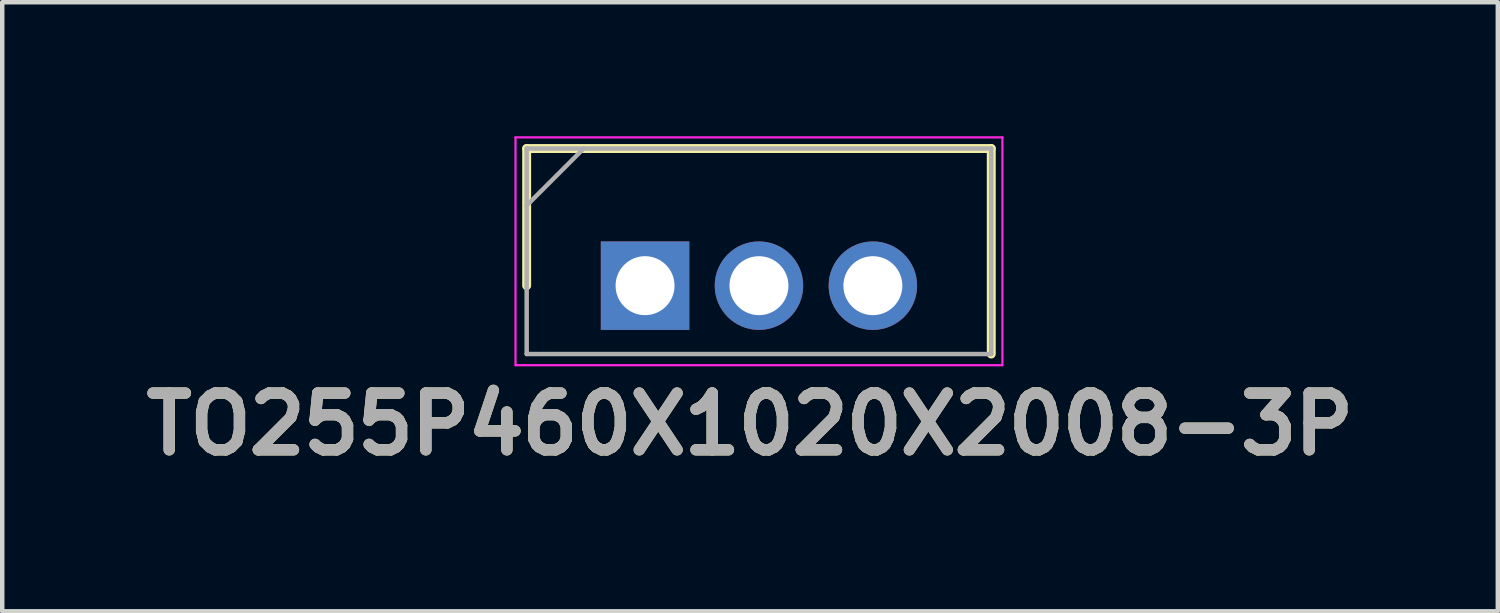
<source format=kicad_pcb>
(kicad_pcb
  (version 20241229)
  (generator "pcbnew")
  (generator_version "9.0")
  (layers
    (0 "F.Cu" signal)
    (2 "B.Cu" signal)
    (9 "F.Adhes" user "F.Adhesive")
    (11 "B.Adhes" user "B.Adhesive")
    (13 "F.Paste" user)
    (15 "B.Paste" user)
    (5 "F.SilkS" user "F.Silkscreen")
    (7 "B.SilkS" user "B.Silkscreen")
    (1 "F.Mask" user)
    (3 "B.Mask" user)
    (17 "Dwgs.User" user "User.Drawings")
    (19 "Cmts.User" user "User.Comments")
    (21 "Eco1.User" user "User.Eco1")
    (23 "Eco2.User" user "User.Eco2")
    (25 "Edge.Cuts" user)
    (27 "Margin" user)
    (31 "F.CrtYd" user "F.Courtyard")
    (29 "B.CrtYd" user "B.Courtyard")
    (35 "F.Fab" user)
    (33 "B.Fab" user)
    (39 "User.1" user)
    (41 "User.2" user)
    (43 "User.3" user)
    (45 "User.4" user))
  (footprint "TO255P460X1020X2008-3P"
    (layer "F.Cu")
    (at 11.39 3.345)
    (property "Reference" "TO255P460X1020X2008-3P" (at 2.35 3.1 0) (layer "F.SilkS") (effects (font (size 1.27 1.27) (thickness 0.254))))
    (attr through_hole)
    (fp_line (start -2.65 -3.07) (end -2.65 0) (stroke (width 0.2) (type solid)) (layer "F.SilkS"))
    (fp_line (start 7.75 -3.07) (end -2.65 -3.07) (stroke (width 0.2) (type solid)) (layer "F.SilkS"))
    (fp_line (start 7.75 1.53) (end 7.75 -3.07) (stroke (width 0.2) (type solid)) (layer "F.SilkS"))
    (fp_line (start -2.9 -3.32) (end 8 -3.32) (stroke (width 0.05) (type solid)) (layer "F.CrtYd"))
    (fp_line (start -2.9 1.78) (end -2.9 -3.32) (stroke (width 0.05) (type solid)) (layer "F.CrtYd"))
    (fp_line (start 8 -3.32) (end 8 1.78) (stroke (width 0.05) (type solid)) (layer "F.CrtYd"))
    (fp_line (start 8 1.78) (end -2.9 1.78) (stroke (width 0.05) (type solid)) (layer "F.CrtYd"))
    (fp_line (start -2.65 -3.07) (end 7.75 -3.07) (stroke (width 0.1) (type solid)) (layer "F.Fab"))
    (fp_line (start -2.65 -1.795) (end -1.375 -3.07) (stroke (width 0.1) (type solid)) (layer "F.Fab"))
    (fp_line (start -2.65 1.53) (end -2.65 -3.07) (stroke (width 0.1) (type solid)) (layer "F.Fab"))
    (fp_line (start 7.75 -3.07) (end 7.75 1.53) (stroke (width 0.1) (type solid)) (layer "F.Fab"))
    (fp_line (start 7.75 1.53) (end -2.65 1.53) (stroke (width 0.1) (type solid)) (layer "F.Fab"))
    (fp_text user "${REFERENCE}" (at 2.35 3.1 0) (layer "F.Fab") (effects (font (size 1.27 1.27) (thickness 0.254))))
    (pad "1" thru_hole rect (at 0 0) (size 1.98 1.98) (drill 1.32) (layers "*.Cu" "*.Mask"))
    (pad "2" thru_hole circle (at 2.55 0) (size 1.98 1.98) (drill 1.32) (layers "*.Cu" "*.Mask"))
    (pad "3" thru_hole circle (at 5.1 0) (size 1.98 1.98) (drill 1.32) (layers "*.Cu" "*.Mask")))
  (gr_rect
    (start -3 -3)
    (end 30.48 10.634)
    (stroke (width 0.1) (type default))
    (fill no)
    (layer "Edge.Cuts")))
</source>
